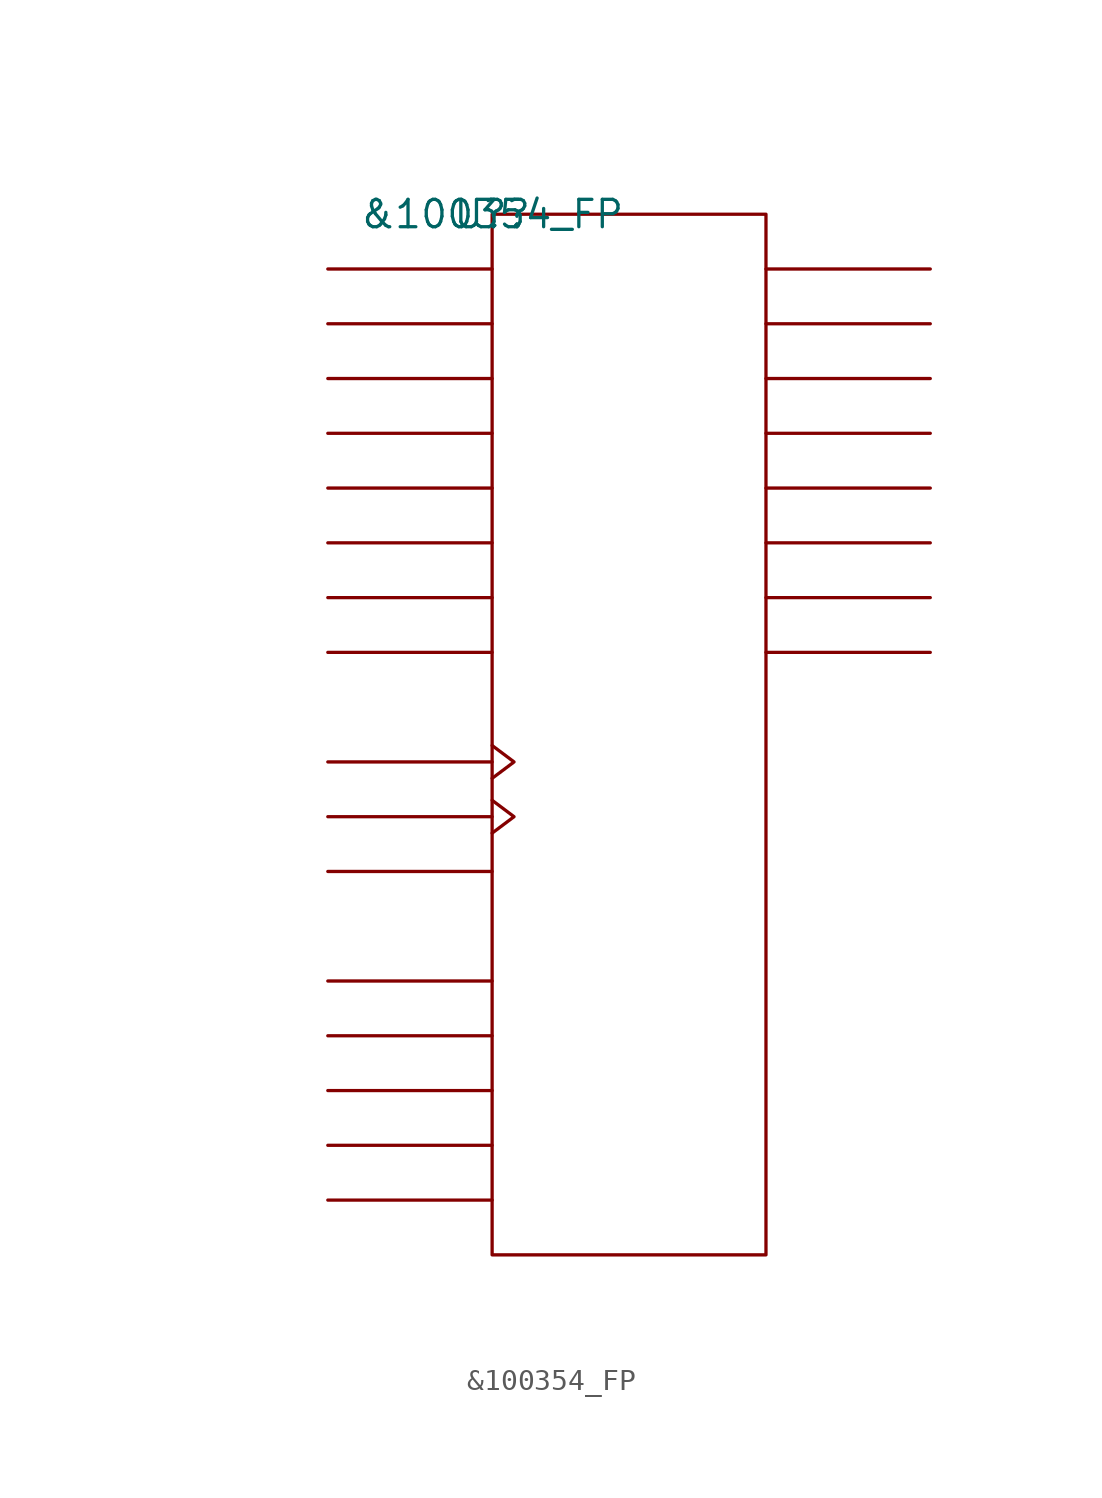
<source format=kicad_sym>
(kicad_symbol_lib
  (version 20211014)
  (generator kicad_symbol_editor)
  (symbol "&100354_FP"
    (pin_names
      (offset 0.762))
    (property "Reference" "U?"
      (at 0 0 0)
      (effects (font (size 1.27 1.27))))
    (property "Value" "&100354_FP"
      (at 0 0 0)
      (effects (font (size 1.27 1.27))))
    (symbol "&100354_FP_0_1"
      (rectangle (start 0 -48.26) (end 12.7 0) (stroke (width 0) (type default) (color 0 0 0 0)) (fill (type none)))
      (polyline (pts (xy 0 -45.72) (xy -7.62 -45.72)) (stroke (width 0) (type default) (color 0 0 0 0)) (fill (type none)))
      (polyline (pts (xy 0 -43.18) (xy -7.62 -43.18)) (stroke (width 0) (type default) (color 0 0 0 0)) (fill (type none)))
      (polyline (pts (xy 0 -40.64) (xy -7.62 -40.64)) (stroke (width 0) (type default) (color 0 0 0 0)) (fill (type none)))
      (polyline (pts (xy 0 -38.1) (xy -7.62 -38.1)) (stroke (width 0) (type default) (color 0 0 0 0)) (fill (type none)))
      (polyline (pts (xy 0 -35.56) (xy -7.62 -35.56)) (stroke (width 0) (type default) (color 0 0 0 0)) (fill (type none)))
      (polyline (pts (xy 0 -30.48) (xy -7.62 -30.48)) (stroke (width 0) (type default) (color 0 0 0 0)) (fill (type none)))
      (polyline (pts (xy 0 -27.94) (xy -7.62 -27.94)) (stroke (width 0) (type default) (color 0 0 0 0)) (fill (type none)))
      (polyline (pts (xy 0 -25.4) (xy -7.62 -25.4)) (stroke (width 0) (type default) (color 0 0 0 0)) (fill (type none)))
      (polyline (pts (xy 0 -20.32) (xy -7.62 -20.32)) (stroke (width 0) (type default) (color 0 0 0 0)) (fill (type none)))
      (polyline (pts (xy 0 -17.78) (xy -7.62 -17.78)) (stroke (width 0) (type default) (color 0 0 0 0)) (fill (type none)))
      (polyline (pts (xy 0 -15.24) (xy -7.62 -15.24)) (stroke (width 0) (type default) (color 0 0 0 0)) (fill (type none)))
      (polyline (pts (xy 0 -12.7) (xy -7.62 -12.7)) (stroke (width 0) (type default) (color 0 0 0 0)) (fill (type none)))
      (polyline (pts (xy 0 -10.16) (xy -7.62 -10.16)) (stroke (width 0) (type default) (color 0 0 0 0)) (fill (type none)))
      (polyline (pts (xy 0 -7.62) (xy -7.62 -7.62)) (stroke (width 0) (type default) (color 0 0 0 0)) (fill (type none)))
      (polyline (pts (xy 0 -5.08) (xy -7.62 -5.08)) (stroke (width 0) (type default) (color 0 0 0 0)) (fill (type none)))
      (polyline (pts (xy 0 -2.54) (xy -7.62 -2.54)) (stroke (width 0) (type default) (color 0 0 0 0)) (fill (type none)))
      (polyline (pts (xy 12.7 -20.32) (xy 20.32 -20.32)) (stroke (width 0) (type default) (color 0 0 0 0)) (fill (type none)))
      (polyline (pts (xy 12.7 -17.78) (xy 20.32 -17.78)) (stroke (width 0) (type default) (color 0 0 0 0)) (fill (type none)))
      (polyline (pts (xy 12.7 -15.24) (xy 20.32 -15.24)) (stroke (width 0) (type default) (color 0 0 0 0)) (fill (type none)))
      (polyline (pts (xy 12.7 -12.7) (xy 20.32 -12.7)) (stroke (width 0) (type default) (color 0 0 0 0)) (fill (type none)))
      (polyline (pts (xy 12.7 -10.16) (xy 20.32 -10.16)) (stroke (width 0) (type default) (color 0 0 0 0)) (fill (type none)))
      (polyline (pts (xy 12.7 -7.62) (xy 20.32 -7.62)) (stroke (width 0) (type default) (color 0 0 0 0)) (fill (type none)))
      (polyline (pts (xy 12.7 -5.08) (xy 20.32 -5.08)) (stroke (width 0) (type default) (color 0 0 0 0)) (fill (type none)))
      (polyline (pts (xy 12.7 -2.54) (xy 20.32 -2.54)) (stroke (width 0) (type default) (color 0 0 0 0)) (fill (type none)))
      (polyline (pts (xy 0 -27.178) (xy 1.016 -27.94) (xy 0 -28.702)) (stroke (width 0) (type default) (color 0 0 0 0)) (fill (type none)))
      (polyline (pts (xy 0 -24.638) (xy 1.016 -25.4) (xy 0 -26.162)) (stroke (width 0) (type default) (color 0 0 0 0)) (fill (type none))))
    (symbol "&100354_FP_1_1"
      (pin unspecified line (at -7.62 -5.08 0) (length 7.62) hide (name "D1" (effects (font (size 1.245 1.245)))) (number "1" (effects (font (size 1.245 1.245)))))
      (pin power_in line (at -7.62 -40.64 0) (length 7.62) hide (name "VCCA" (effects (font (size 1.245 1.245)))) (number "10" (effects (font (size 1.245 1.245)))))
      (pin power_in line (at -7.62 -43.18 0) (length 7.62) hide (name "VCCA" (effects (font (size 1.245 1.245)))) (number "11" (effects (font (size 1.245 1.245)))))
      (pin unspecified line (at 20.32 -20.32 180) (length 7.62) hide (name "Q7" (effects (font (size 1.245 1.245)))) (number "12" (effects (font (size 1.245 1.245)))))
      (pin unspecified line (at 20.32 -17.78 180) (length 7.62) hide (name "Q6" (effects (font (size 1.245 1.245)))) (number "13" (effects (font (size 1.245 1.245)))))
      (pin unspecified line (at 20.32 -15.24 180) (length 7.62) hide (name "Q5" (effects (font (size 1.245 1.245)))) (number "14" (effects (font (size 1.245 1.245)))))
      (pin unspecified line (at 20.32 -12.7 180) (length 7.62) hide (name "Q4" (effects (font (size 1.245 1.245)))) (number "15" (effects (font (size 1.245 1.245)))))
      (pin unspecified line (at 20.32 -10.16 180) (length 7.62) hide (name "Q3" (effects (font (size 1.245 1.245)))) (number "16" (effects (font (size 1.245 1.245)))))
      (pin unspecified line (at 20.32 -7.62 180) (length 7.62) hide (name "Q2" (effects (font (size 1.245 1.245)))) (number "17" (effects (font (size 1.245 1.245)))))
      (pin unspecified line (at 20.32 -5.08 180) (length 7.62) hide (name "Q1" (effects (font (size 1.245 1.245)))) (number "18" (effects (font (size 1.245 1.245)))))
      (pin unspecified line (at 20.32 -2.54 180) (length 7.62) hide (name "Q0" (effects (font (size 1.245 1.245)))) (number "19" (effects (font (size 1.245 1.245)))))
      (pin unspecified line (at -7.62 -7.62 0) (length 7.62) hide (name "D2" (effects (font (size 1.245 1.245)))) (number "2" (effects (font (size 1.245 1.245)))))
      (pin power_in line (at -7.62 -45.72 0) (length 7.62) hide (name "VCCA" (effects (font (size 1.245 1.245)))) (number "20" (effects (font (size 1.245 1.245)))))
      (pin power_in line (at -7.62 -35.56 0) (length 7.62) hide (name "VEE" (effects (font (size 1.245 1.245)))) (number "21" (effects (font (size 1.245 1.245)))))
      (pin unspecified line (at -7.62 -25.4 180) (length 7.62) hide (name "CLK" (effects (font (size 1.245 1.245)))) (number "22" (effects (font (size 1.245 1.245)))))
      (pin unspecified line (at -7.62 -27.94 180) (length 7.62) hide (name "C\\E\\N\\" (effects (font (size 1.245 1.245)))) (number "23" (effects (font (size 1.245 1.245)))))
      (pin unspecified line (at -7.62 -2.54 0) (length 7.62) hide (name "D0" (effects (font (size 1.245 1.245)))) (number "24" (effects (font (size 1.245 1.245)))))
      (pin unspecified line (at -7.62 -10.16 0) (length 7.62) hide (name "D3" (effects (font (size 1.245 1.245)))) (number "3" (effects (font (size 1.245 1.245)))))
      (pin unspecified line (at -7.62 -12.7 0) (length 7.62) hide (name "D4" (effects (font (size 1.245 1.245)))) (number "4" (effects (font (size 1.245 1.245)))))
      (pin unspecified line (at -7.62 -15.24 0) (length 7.62) hide (name "D5" (effects (font (size 1.245 1.245)))) (number "5" (effects (font (size 1.245 1.245)))))
      (pin unspecified line (at -7.62 -17.78 0) (length 7.62) hide (name "D6" (effects (font (size 1.245 1.245)))) (number "6" (effects (font (size 1.245 1.245)))))
      (pin unspecified line (at -7.62 -20.32 0) (length 7.62) hide (name "D7" (effects (font (size 1.245 1.245)))) (number "7" (effects (font (size 1.245 1.245)))))
      (pin unspecified line (at -7.62 -30.48 0) (length 7.62) hide (name "O\\E\\N\\" (effects (font (size 1.245 1.245)))) (number "8" (effects (font (size 1.245 1.245)))))
      (pin power_in line (at -7.62 -38.1 0) (length 7.62) hide (name "VCC" (effects (font (size 1.245 1.245)))) (number "9" (effects (font (size 1.245 1.245))))))))
</source>
